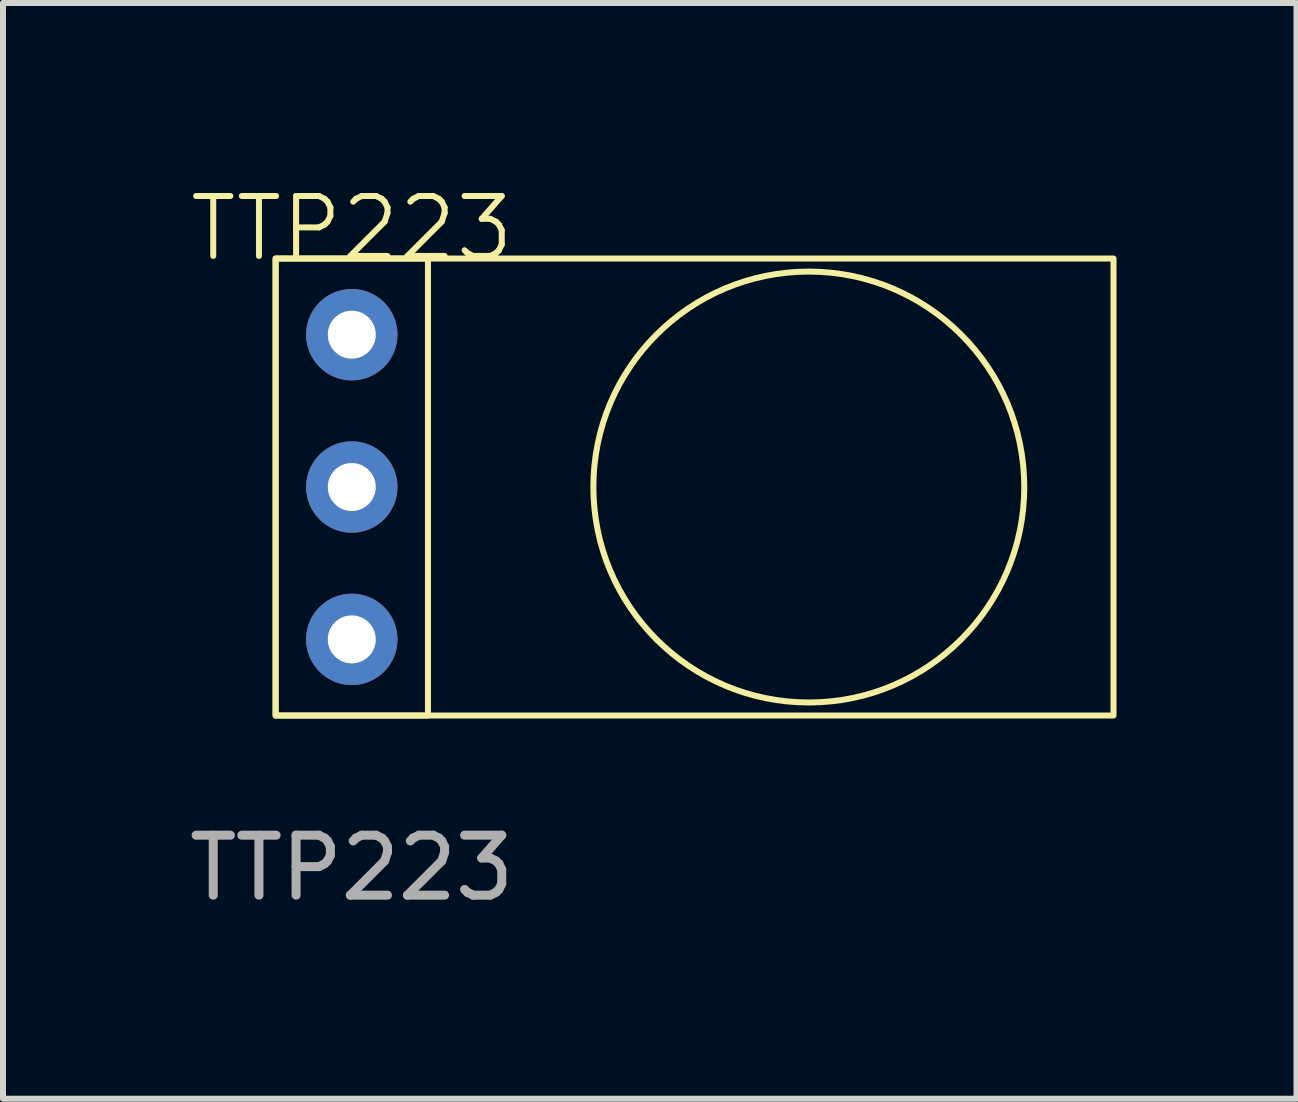
<source format=kicad_pcb>
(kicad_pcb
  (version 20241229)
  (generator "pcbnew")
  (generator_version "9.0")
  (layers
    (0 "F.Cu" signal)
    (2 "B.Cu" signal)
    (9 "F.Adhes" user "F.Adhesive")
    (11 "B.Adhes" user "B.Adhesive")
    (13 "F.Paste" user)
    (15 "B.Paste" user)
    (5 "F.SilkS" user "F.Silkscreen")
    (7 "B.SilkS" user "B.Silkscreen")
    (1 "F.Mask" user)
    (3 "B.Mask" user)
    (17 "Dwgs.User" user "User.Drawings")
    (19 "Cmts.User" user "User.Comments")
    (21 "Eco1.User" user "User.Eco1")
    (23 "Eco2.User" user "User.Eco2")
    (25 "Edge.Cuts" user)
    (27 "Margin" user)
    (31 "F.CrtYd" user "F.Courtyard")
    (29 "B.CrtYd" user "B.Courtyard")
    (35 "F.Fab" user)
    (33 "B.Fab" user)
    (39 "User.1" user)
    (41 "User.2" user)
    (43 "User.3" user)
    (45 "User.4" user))
  (footprint "TTP223"
    (layer "F.Cu")
    (at 2.815 1.26)
    (property "Reference" "TTP223" (at 0 -0.5 0) (unlocked yes) (layer "F.SilkS") (effects (font (size 1 1) (thickness 0.1))))
    (attr through_hole)
    (fp_rect (start -1.27 0) (end 1.27 7.62) (stroke (width 0.1) (type default)) (fill no) (layer "F.SilkS"))
    (fp_rect (start -1.27 0) (end 12.7 7.62) (stroke (width 0.1) (type default)) (fill no) (layer "F.SilkS"))
    (fp_circle (center 7.62 3.81) (end 10.16 6.35) (stroke (width 0.1) (type default)) (fill no) (layer "F.SilkS"))
    (fp_text user "${REFERENCE}" (at 0 10.16 0) (unlocked yes) (layer "F.Fab") (effects (font (size 1 1) (thickness 0.15))))
    (pad "1" thru_hole circle (at 0 1.27) (size 1.524 1.524) (drill 0.8) (layers "*.Cu" "*.Mask"))
    (pad "2" thru_hole circle (at 0 3.81) (size 1.524 1.524) (drill 0.8) (layers "*.Cu" "*.Mask"))
    (pad "3" thru_hole circle (at 0 6.35) (size 1.524 1.524) (drill 0.8) (layers "*.Cu" "*.Mask")))
  (gr_rect
    (start -3 -3)
    (end 18.565 15.269)
    (stroke (width 0.1) (type default))
    (fill no)
    (layer "Edge.Cuts")))
</source>
